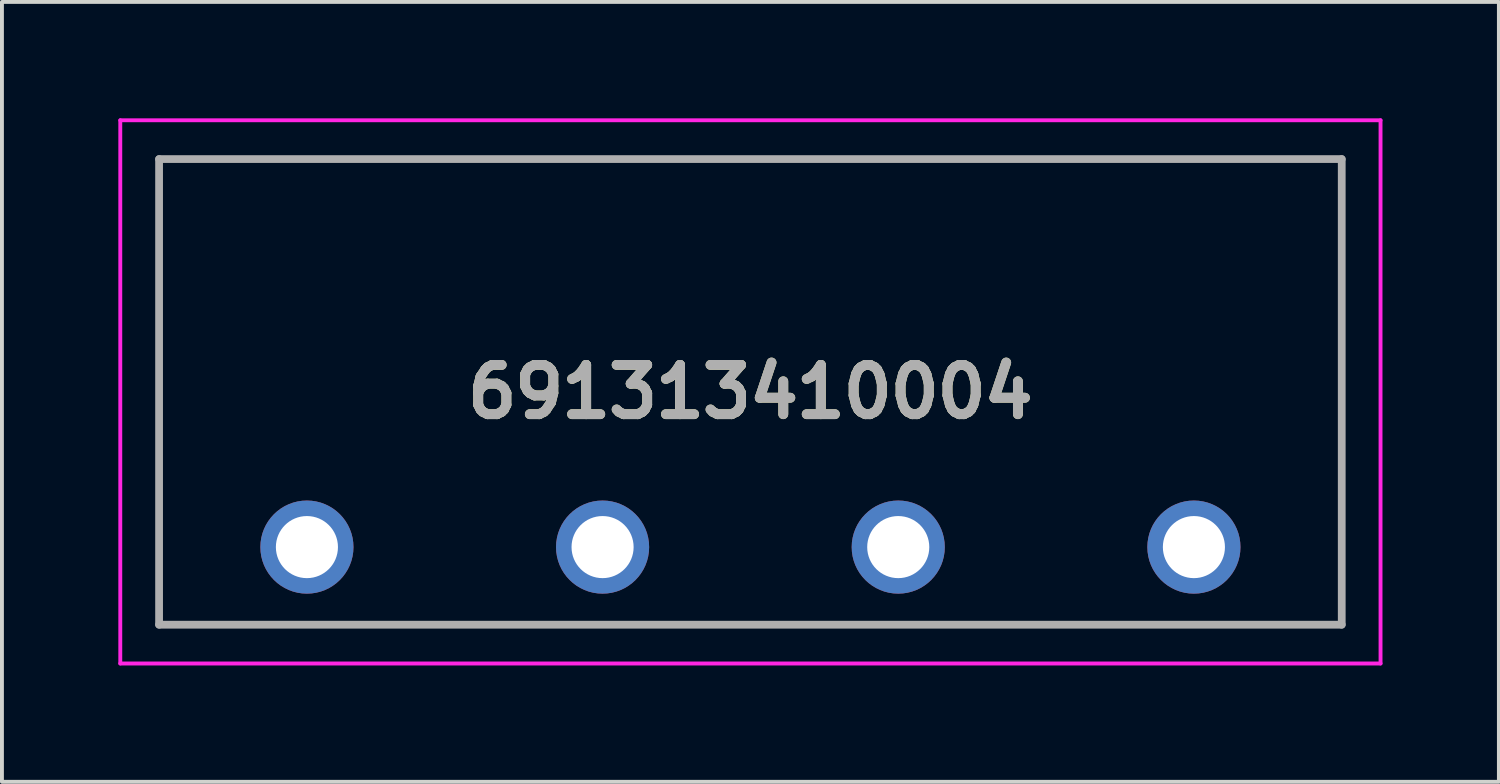
<source format=kicad_pcb>
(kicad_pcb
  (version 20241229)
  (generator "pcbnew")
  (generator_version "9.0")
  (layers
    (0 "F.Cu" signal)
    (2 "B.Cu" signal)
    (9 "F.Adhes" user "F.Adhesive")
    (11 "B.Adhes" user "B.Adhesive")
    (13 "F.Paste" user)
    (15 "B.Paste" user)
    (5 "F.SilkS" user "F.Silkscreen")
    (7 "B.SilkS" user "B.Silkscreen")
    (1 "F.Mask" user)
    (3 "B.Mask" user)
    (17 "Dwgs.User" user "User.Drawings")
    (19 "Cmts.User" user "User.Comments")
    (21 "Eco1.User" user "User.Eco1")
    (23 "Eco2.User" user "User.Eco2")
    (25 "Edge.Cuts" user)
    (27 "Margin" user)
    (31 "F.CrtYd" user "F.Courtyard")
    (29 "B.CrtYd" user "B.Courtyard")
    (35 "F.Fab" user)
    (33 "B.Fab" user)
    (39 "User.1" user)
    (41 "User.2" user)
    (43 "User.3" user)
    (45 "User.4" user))
  (footprint "691313410004"
    (layer "F.Cu")
    (at 4.86 11.05)
    (property "Reference" "691313410004" (at 11.43 -4 0) (layer "F.SilkS") (effects (font (size 1.27 1.27) (thickness 0.254))))
    (attr through_hole)
    (fp_line (start -3.81 -10) (end 26.67 -10) (stroke (width 0.1) (type solid)) (layer "F.SilkS"))
    (fp_line (start -3.81 2) (end -3.81 -10) (stroke (width 0.1) (type solid)) (layer "F.SilkS"))
    (fp_line (start 26.67 -10) (end 26.67 2) (stroke (width 0.1) (type solid)) (layer "F.SilkS"))
    (fp_line (start 26.67 2) (end -3.81 2) (stroke (width 0.1) (type solid)) (layer "F.SilkS"))
    (fp_line (start -4.81 -11) (end 27.67 -11) (stroke (width 0.1) (type solid)) (layer "F.CrtYd"))
    (fp_line (start -4.81 3) (end -4.81 -11) (stroke (width 0.1) (type solid)) (layer "F.CrtYd"))
    (fp_line (start 27.67 -11) (end 27.67 3) (stroke (width 0.1) (type solid)) (layer "F.CrtYd"))
    (fp_line (start 27.67 3) (end -4.81 3) (stroke (width 0.1) (type solid)) (layer "F.CrtYd"))
    (fp_line (start -3.81 -10) (end 26.67 -10) (stroke (width 0.2) (type solid)) (layer "F.Fab"))
    (fp_line (start -3.81 2) (end -3.81 -10) (stroke (width 0.2) (type solid)) (layer "F.Fab"))
    (fp_line (start 26.67 -10) (end 26.67 2) (stroke (width 0.2) (type solid)) (layer "F.Fab"))
    (fp_line (start 26.67 2) (end -3.81 2) (stroke (width 0.2) (type solid)) (layer "F.Fab"))
    (fp_text user "${REFERENCE}" (at 11.43 -4 0) (layer "F.Fab") (effects (font (size 1.27 1.27) (thickness 0.254))))
    (pad "1" thru_hole circle (at 0 0) (size 2.4 2.4) (drill 1.6) (layers "*.Cu" "*.Mask"))
    (pad "2" thru_hole circle (at 7.62 0) (size 2.4 2.4) (drill 1.6) (layers "*.Cu" "*.Mask"))
    (pad "3" thru_hole circle (at 15.24 0) (size 2.4 2.4) (drill 1.6) (layers "*.Cu" "*.Mask"))
    (pad "4" thru_hole circle (at 22.86 0) (size 2.4 2.4) (drill 1.6) (layers "*.Cu" "*.Mask")))
  (gr_rect
    (start -3 -3)
    (end 35.58 17.1)
    (stroke (width 0.1) (type default))
    (fill no)
    (layer "Edge.Cuts")))
</source>
